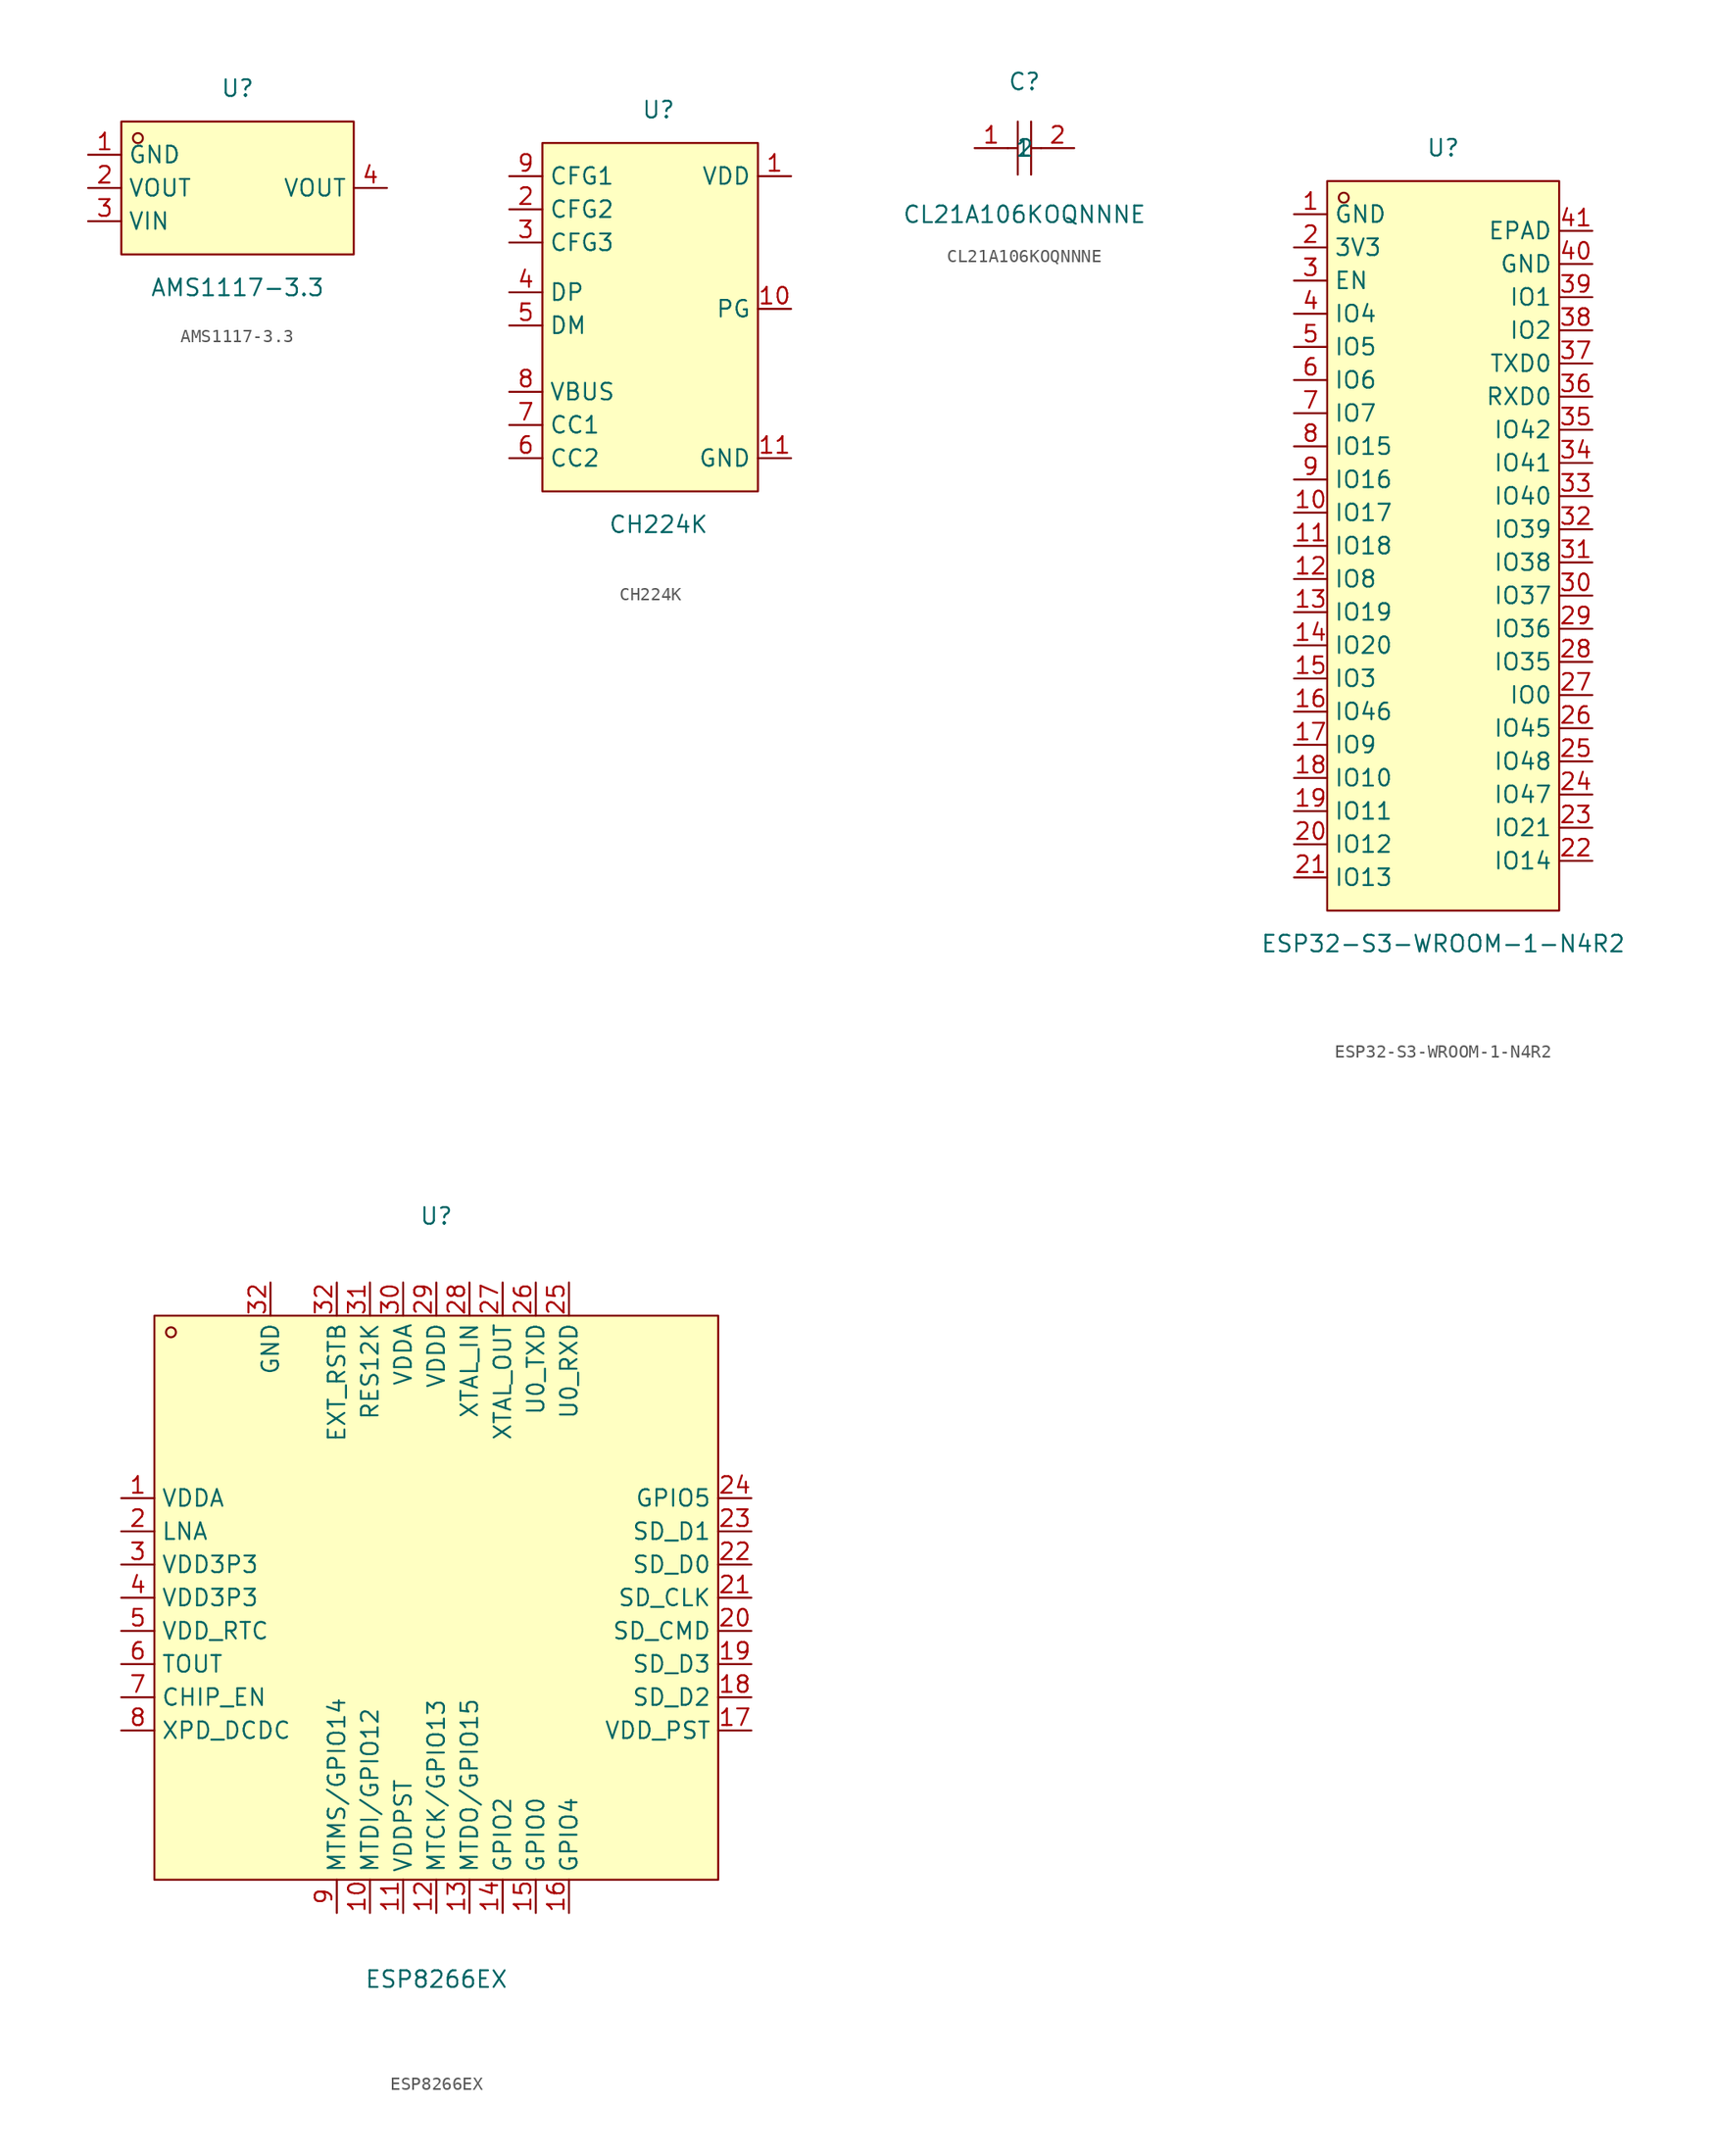
<source format=kicad_sym>
(kicad_symbol_lib
  (version 20211014)
  (generator https://github.com/uPesy/easyeda2kicad.py)
  (symbol "AMS1117-3.3"
    (property "Reference" "U"
      (at 0 7.62 0)
      (effects (font (size 1.27 1.27))))
    (property "Value" "AMS1117-3.3"
      (at 0 -7.62 0)
      (effects (font (size 1.27 1.27))))
    (symbol "AMS1117-3.3_0_1"
      (rectangle (start -8.89 5.08) (end 8.89 -5.08) (stroke (width 0) (type default) (color 0 0 0 0)) (fill (type background)))
      (circle (center -7.62 3.81) (radius 0.38) (stroke (width 0) (type default) (color 0 0 0 0)) (fill (type none)))
      (pin unspecified line (at -11.43 2.54 0) (length 2.54) (name "GND" (effects (font (size 1.27 1.27)))) (number "1" (effects (font (size 1.27 1.27)))))
      (pin unspecified line (at -11.43 -0.00 0) (length 2.54) (name "VOUT" (effects (font (size 1.27 1.27)))) (number "2" (effects (font (size 1.27 1.27)))))
      (pin unspecified line (at -11.43 -2.54 0) (length 2.54) (name "VIN" (effects (font (size 1.27 1.27)))) (number "3" (effects (font (size 1.27 1.27)))))
      (pin unspecified line (at 11.43 -0.00 180) (length 2.54) (name "VOUT" (effects (font (size 1.27 1.27)))) (number "4" (effects (font (size 1.27 1.27)))))))
  (symbol "CH224K"
    (property "Reference" "U"
      (at 0 15.24 0)
      (effects (font (size 1.27 1.27))))
    (property "Value" "CH224K"
      (at 0 -16.51 0)
      (effects (font (size 1.27 1.27))))
    (symbol "CH224K_0_1"
      (rectangle (start -8.89 12.70) (end 7.62 -13.97) (stroke (width 0) (type default) (color 0 0 0 0)) (fill (type background)))
      (pin unspecified line (at 10.16 10.16 180) (length 2.54) (name "VDD" (effects (font (size 1.27 1.27)))) (number "1" (effects (font (size 1.27 1.27)))))
      (pin unspecified line (at -11.43 7.62 0) (length 2.54) (name "CFG2" (effects (font (size 1.27 1.27)))) (number "2" (effects (font (size 1.27 1.27)))))
      (pin unspecified line (at -11.43 5.08 0) (length 2.54) (name "CFG3" (effects (font (size 1.27 1.27)))) (number "3" (effects (font (size 1.27 1.27)))))
      (pin unspecified line (at -11.43 1.27 0) (length 2.54) (name "DP" (effects (font (size 1.27 1.27)))) (number "4" (effects (font (size 1.27 1.27)))))
      (pin unspecified line (at -11.43 -1.27 0) (length 2.54) (name "DM" (effects (font (size 1.27 1.27)))) (number "5" (effects (font (size 1.27 1.27)))))
      (pin unspecified line (at -11.43 -11.43 0) (length 2.54) (name "CC2" (effects (font (size 1.27 1.27)))) (number "6" (effects (font (size 1.27 1.27)))))
      (pin unspecified line (at -11.43 -8.89 0) (length 2.54) (name "CC1" (effects (font (size 1.27 1.27)))) (number "7" (effects (font (size 1.27 1.27)))))
      (pin unspecified line (at -11.43 -6.35 0) (length 2.54) (name "VBUS" (effects (font (size 1.27 1.27)))) (number "8" (effects (font (size 1.27 1.27)))))
      (pin unspecified line (at -11.43 10.16 0) (length 2.54) (name "CFG1" (effects (font (size 1.27 1.27)))) (number "9" (effects (font (size 1.27 1.27)))))
      (pin unspecified line (at 10.16 -0.00 180) (length 2.54) (name "PG" (effects (font (size 1.27 1.27)))) (number "10" (effects (font (size 1.27 1.27)))))
      (pin unspecified line (at 10.16 -11.43 180) (length 2.54) (name "GND" (effects (font (size 1.27 1.27)))) (number "11" (effects (font (size 1.27 1.27)))))))
  (symbol "CL21A106KOQNNNE"
    (property "Reference" "C"
      (at 0 5.08 0)
      (effects (font (size 1.27 1.27))))
    (property "Value" "CL21A106KOQNNNE"
      (at 0 -5.08 0)
      (effects (font (size 1.27 1.27))))
    (symbol "CL21A106KOQNNNE_0_1"
      (polyline (pts (xy -0.51 2.03) (xy -0.51 -2.03)) (stroke (width 0) (type default) (color 0 0 0 0)) (fill (type none)))
      (polyline (pts (xy 0.51 2.03) (xy 0.51 -2.03)) (stroke (width 0) (type default) (color 0 0 0 0)) (fill (type none)))
      (polyline (pts (xy -1.27 -0.00) (xy -0.51 -0.00)) (stroke (width 0) (type default) (color 0 0 0 0)) (fill (type none)))
      (polyline (pts (xy 0.51 -0.00) (xy 1.27 -0.00)) (stroke (width 0) (type default) (color 0 0 0 0)) (fill (type none)))
      (pin input line (at -3.81 -0.00 0) (length 2.54) (name "1" (effects (font (size 1.27 1.27)))) (number "1" (effects (font (size 1.27 1.27)))))
      (pin input line (at 3.81 -0.00 180) (length 2.54) (name "2" (effects (font (size 1.27 1.27)))) (number "2" (effects (font (size 1.27 1.27)))))))
  (symbol "ESP32-S3-WROOM-1-N4R2"
    (property "Reference" "U"
      (at 0 30.48 0)
      (effects (font (size 1.27 1.27))))
    (property "Value" "ESP32-S3-WROOM-1-N4R2"
      (at 0 -30.48 0)
      (effects (font (size 1.27 1.27))))
    (symbol "ESP32-S3-WROOM-1-N4R2_0_1"
      (rectangle (start -8.89 27.94) (end 8.89 -27.94) (stroke (width 0) (type default) (color 0 0 0 0)) (fill (type background)))
      (circle (center -7.62 26.67) (radius 0.38) (stroke (width 0) (type default) (color 0 0 0 0)) (fill (type none)))
      (pin unspecified line (at -11.43 25.40 0) (length 2.54) (name "GND" (effects (font (size 1.27 1.27)))) (number "1" (effects (font (size 1.27 1.27)))))
      (pin unspecified line (at -11.43 22.86 0) (length 2.54) (name "3V3" (effects (font (size 1.27 1.27)))) (number "2" (effects (font (size 1.27 1.27)))))
      (pin unspecified line (at -11.43 20.32 0) (length 2.54) (name "EN" (effects (font (size 1.27 1.27)))) (number "3" (effects (font (size 1.27 1.27)))))
      (pin unspecified line (at -11.43 17.78 0) (length 2.54) (name "IO4" (effects (font (size 1.27 1.27)))) (number "4" (effects (font (size 1.27 1.27)))))
      (pin unspecified line (at -11.43 15.24 0) (length 2.54) (name "IO5" (effects (font (size 1.27 1.27)))) (number "5" (effects (font (size 1.27 1.27)))))
      (pin unspecified line (at -11.43 12.70 0) (length 2.54) (name "IO6" (effects (font (size 1.27 1.27)))) (number "6" (effects (font (size 1.27 1.27)))))
      (pin unspecified line (at -11.43 10.16 0) (length 2.54) (name "IO7" (effects (font (size 1.27 1.27)))) (number "7" (effects (font (size 1.27 1.27)))))
      (pin unspecified line (at -11.43 7.62 0) (length 2.54) (name "IO15" (effects (font (size 1.27 1.27)))) (number "8" (effects (font (size 1.27 1.27)))))
      (pin unspecified line (at -11.43 5.08 0) (length 2.54) (name "IO16" (effects (font (size 1.27 1.27)))) (number "9" (effects (font (size 1.27 1.27)))))
      (pin unspecified line (at -11.43 2.54 0) (length 2.54) (name "IO17" (effects (font (size 1.27 1.27)))) (number "10" (effects (font (size 1.27 1.27)))))
      (pin unspecified line (at -11.43 -0.00 0) (length 2.54) (name "IO18" (effects (font (size 1.27 1.27)))) (number "11" (effects (font (size 1.27 1.27)))))
      (pin unspecified line (at -11.43 -2.54 0) (length 2.54) (name "IO8" (effects (font (size 1.27 1.27)))) (number "12" (effects (font (size 1.27 1.27)))))
      (pin unspecified line (at -11.43 -5.08 0) (length 2.54) (name "IO19" (effects (font (size 1.27 1.27)))) (number "13" (effects (font (size 1.27 1.27)))))
      (pin unspecified line (at -11.43 -7.62 0) (length 2.54) (name "IO20" (effects (font (size 1.27 1.27)))) (number "14" (effects (font (size 1.27 1.27)))))
      (pin unspecified line (at -11.43 -10.16 0) (length 2.54) (name "IO3" (effects (font (size 1.27 1.27)))) (number "15" (effects (font (size 1.27 1.27)))))
      (pin unspecified line (at -11.43 -12.70 0) (length 2.54) (name "IO46" (effects (font (size 1.27 1.27)))) (number "16" (effects (font (size 1.27 1.27)))))
      (pin unspecified line (at -11.43 -15.24 0) (length 2.54) (name "IO9" (effects (font (size 1.27 1.27)))) (number "17" (effects (font (size 1.27 1.27)))))
      (pin unspecified line (at -11.43 -17.78 0) (length 2.54) (name "IO10" (effects (font (size 1.27 1.27)))) (number "18" (effects (font (size 1.27 1.27)))))
      (pin unspecified line (at -11.43 -20.32 0) (length 2.54) (name "IO11" (effects (font (size 1.27 1.27)))) (number "19" (effects (font (size 1.27 1.27)))))
      (pin unspecified line (at -11.43 -22.86 0) (length 2.54) (name "IO12" (effects (font (size 1.27 1.27)))) (number "20" (effects (font (size 1.27 1.27)))))
      (pin unspecified line (at -11.43 -25.40 0) (length 2.54) (name "IO13" (effects (font (size 1.27 1.27)))) (number "21" (effects (font (size 1.27 1.27)))))
      (pin unspecified line (at 11.43 -24.13 180) (length 2.54) (name "IO14" (effects (font (size 1.27 1.27)))) (number "22" (effects (font (size 1.27 1.27)))))
      (pin unspecified line (at 11.43 -21.59 180) (length 2.54) (name "IO21" (effects (font (size 1.27 1.27)))) (number "23" (effects (font (size 1.27 1.27)))))
      (pin unspecified line (at 11.43 -19.05 180) (length 2.54) (name "IO47" (effects (font (size 1.27 1.27)))) (number "24" (effects (font (size 1.27 1.27)))))
      (pin unspecified line (at 11.43 -16.51 180) (length 2.54) (name "IO48" (effects (font (size 1.27 1.27)))) (number "25" (effects (font (size 1.27 1.27)))))
      (pin unspecified line (at 11.43 -13.97 180) (length 2.54) (name "IO45" (effects (font (size 1.27 1.27)))) (number "26" (effects (font (size 1.27 1.27)))))
      (pin unspecified line (at 11.43 -11.43 180) (length 2.54) (name "IO0" (effects (font (size 1.27 1.27)))) (number "27" (effects (font (size 1.27 1.27)))))
      (pin unspecified line (at 11.43 -8.89 180) (length 2.54) (name "IO35" (effects (font (size 1.27 1.27)))) (number "28" (effects (font (size 1.27 1.27)))))
      (pin unspecified line (at 11.43 -6.35 180) (length 2.54) (name "IO36" (effects (font (size 1.27 1.27)))) (number "29" (effects (font (size 1.27 1.27)))))
      (pin unspecified line (at 11.43 -3.81 180) (length 2.54) (name "IO37" (effects (font (size 1.27 1.27)))) (number "30" (effects (font (size 1.27 1.27)))))
      (pin unspecified line (at 11.43 -1.27 180) (length 2.54) (name "IO38" (effects (font (size 1.27 1.27)))) (number "31" (effects (font (size 1.27 1.27)))))
      (pin unspecified line (at 11.43 1.27 180) (length 2.54) (name "IO39" (effects (font (size 1.27 1.27)))) (number "32" (effects (font (size 1.27 1.27)))))
      (pin unspecified line (at 11.43 3.81 180) (length 2.54) (name "IO40" (effects (font (size 1.27 1.27)))) (number "33" (effects (font (size 1.27 1.27)))))
      (pin unspecified line (at 11.43 6.35 180) (length 2.54) (name "IO41" (effects (font (size 1.27 1.27)))) (number "34" (effects (font (size 1.27 1.27)))))
      (pin unspecified line (at 11.43 8.89 180) (length 2.54) (name "IO42" (effects (font (size 1.27 1.27)))) (number "35" (effects (font (size 1.27 1.27)))))
      (pin unspecified line (at 11.43 11.43 180) (length 2.54) (name "RXD0" (effects (font (size 1.27 1.27)))) (number "36" (effects (font (size 1.27 1.27)))))
      (pin unspecified line (at 11.43 13.97 180) (length 2.54) (name "TXD0" (effects (font (size 1.27 1.27)))) (number "37" (effects (font (size 1.27 1.27)))))
      (pin unspecified line (at 11.43 16.51 180) (length 2.54) (name "IO2" (effects (font (size 1.27 1.27)))) (number "38" (effects (font (size 1.27 1.27)))))
      (pin unspecified line (at 11.43 19.05 180) (length 2.54) (name "IO1" (effects (font (size 1.27 1.27)))) (number "39" (effects (font (size 1.27 1.27)))))
      (pin unspecified line (at 11.43 21.59 180) (length 2.54) (name "GND" (effects (font (size 1.27 1.27)))) (number "40" (effects (font (size 1.27 1.27)))))
      (pin unspecified line (at 11.43 24.13 180) (length 2.54) (name "EPAD" (effects (font (size 1.27 1.27)))) (number "41" (effects (font (size 1.27 1.27)))))))
  (symbol "ESP8266EX"
    (property "Reference" "U"
      (at 0 29.21 0)
      (effects (font (size 1.27 1.27))))
    (property "Value" "ESP8266EX"
      (at 0 -29.21 0)
      (effects (font (size 1.27 1.27))))
    (symbol "ESP8266EX_0_1"
      (rectangle (start -21.59 21.59) (end 21.59 -21.59) (stroke (width 0) (type default) (color 0 0 0 0)) (fill (type background)))
      (circle (center -20.32 20.32) (radius 0.38) (stroke (width 0) (type default) (color 0 0 0 0)) (fill (type none)))
      (pin unspecified line (at -24.13 7.62 0) (length 2.54) (name "VDDA" (effects (font (size 1.27 1.27)))) (number "1" (effects (font (size 1.27 1.27)))))
      (pin unspecified line (at -24.13 5.08 0) (length 2.54) (name "LNA" (effects (font (size 1.27 1.27)))) (number "2" (effects (font (size 1.27 1.27)))))
      (pin unspecified line (at -24.13 2.54 0) (length 2.54) (name "VDD3P3" (effects (font (size 1.27 1.27)))) (number "3" (effects (font (size 1.27 1.27)))))
      (pin unspecified line (at -24.13 -0.00 0) (length 2.54) (name "VDD3P3" (effects (font (size 1.27 1.27)))) (number "4" (effects (font (size 1.27 1.27)))))
      (pin unspecified line (at -24.13 -2.54 0) (length 2.54) (name "VDD_RTC" (effects (font (size 1.27 1.27)))) (number "5" (effects (font (size 1.27 1.27)))))
      (pin unspecified line (at -24.13 -5.08 0) (length 2.54) (name "TOUT" (effects (font (size 1.27 1.27)))) (number "6" (effects (font (size 1.27 1.27)))))
      (pin unspecified line (at -24.13 -7.62 0) (length 2.54) (name "CHIP_EN" (effects (font (size 1.27 1.27)))) (number "7" (effects (font (size 1.27 1.27)))))
      (pin unspecified line (at -24.13 -10.16 0) (length 2.54) (name "XPD_DCDC" (effects (font (size 1.27 1.27)))) (number "8" (effects (font (size 1.27 1.27)))))
      (pin unspecified line (at -7.62 -24.13 90) (length 2.54) (name "MTMS/GPIO14" (effects (font (size 1.27 1.27)))) (number "9" (effects (font (size 1.27 1.27)))))
      (pin unspecified line (at -5.08 -24.13 90) (length 2.54) (name "MTDI/GPIO12" (effects (font (size 1.27 1.27)))) (number "10" (effects (font (size 1.27 1.27)))))
      (pin unspecified line (at -2.54 -24.13 90) (length 2.54) (name "VDDPST" (effects (font (size 1.27 1.27)))) (number "11" (effects (font (size 1.27 1.27)))))
      (pin unspecified line (at 0.00 -24.13 90) (length 2.54) (name "MTCK/GPIO13" (effects (font (size 1.27 1.27)))) (number "12" (effects (font (size 1.27 1.27)))))
      (pin unspecified line (at 2.54 -24.13 90) (length 2.54) (name "MTDO/GPIO15" (effects (font (size 1.27 1.27)))) (number "13" (effects (font (size 1.27 1.27)))))
      (pin unspecified line (at 5.08 -24.13 90) (length 2.54) (name "GPIO2" (effects (font (size 1.27 1.27)))) (number "14" (effects (font (size 1.27 1.27)))))
      (pin unspecified line (at 7.62 -24.13 90) (length 2.54) (name "GPIO0" (effects (font (size 1.27 1.27)))) (number "15" (effects (font (size 1.27 1.27)))))
      (pin unspecified line (at 10.16 -24.13 90) (length 2.54) (name "GPIO4" (effects (font (size 1.27 1.27)))) (number "16" (effects (font (size 1.27 1.27)))))
      (pin unspecified line (at 24.13 -10.16 180) (length 2.54) (name "VDD_PST" (effects (font (size 1.27 1.27)))) (number "17" (effects (font (size 1.27 1.27)))))
      (pin unspecified line (at 24.13 -7.62 180) (length 2.54) (name "SD_D2" (effects (font (size 1.27 1.27)))) (number "18" (effects (font (size 1.27 1.27)))))
      (pin unspecified line (at 24.13 -5.08 180) (length 2.54) (name "SD_D3" (effects (font (size 1.27 1.27)))) (number "19" (effects (font (size 1.27 1.27)))))
      (pin unspecified line (at 24.13 -2.54 180) (length 2.54) (name "SD_CMD" (effects (font (size 1.27 1.27)))) (number "20" (effects (font (size 1.27 1.27)))))
      (pin unspecified line (at 24.13 -0.00 180) (length 2.54) (name "SD_CLK" (effects (font (size 1.27 1.27)))) (number "21" (effects (font (size 1.27 1.27)))))
      (pin unspecified line (at 24.13 2.54 180) (length 2.54) (name "SD_D0" (effects (font (size 1.27 1.27)))) (number "22" (effects (font (size 1.27 1.27)))))
      (pin unspecified line (at 24.13 5.08 180) (length 2.54) (name "SD_D1" (effects (font (size 1.27 1.27)))) (number "23" (effects (font (size 1.27 1.27)))))
      (pin unspecified line (at 24.13 7.62 180) (length 2.54) (name "GPIO5" (effects (font (size 1.27 1.27)))) (number "24" (effects (font (size 1.27 1.27)))))
      (pin unspecified line (at 10.16 24.13 270) (length 2.54) (name "U0_RXD" (effects (font (size 1.27 1.27)))) (number "25" (effects (font (size 1.27 1.27)))))
      (pin unspecified line (at 7.62 24.13 270) (length 2.54) (name "U0_TXD" (effects (font (size 1.27 1.27)))) (number "26" (effects (font (size 1.27 1.27)))))
      (pin unspecified line (at 5.08 24.13 270) (length 2.54) (name "XTAL_OUT" (effects (font (size 1.27 1.27)))) (number "27" (effects (font (size 1.27 1.27)))))
      (pin unspecified line (at 2.54 24.13 270) (length 2.54) (name "XTAL_IN" (effects (font (size 1.27 1.27)))) (number "28" (effects (font (size 1.27 1.27)))))
      (pin unspecified line (at 0.00 24.13 270) (length 2.54) (name "VDDD" (effects (font (size 1.27 1.27)))) (number "29" (effects (font (size 1.27 1.27)))))
      (pin unspecified line (at -2.54 24.13 270) (length 2.54) (name "VDDA" (effects (font (size 1.27 1.27)))) (number "30" (effects (font (size 1.27 1.27)))))
      (pin unspecified line (at -5.08 24.13 270) (length 2.54) (name "RES12K" (effects (font (size 1.27 1.27)))) (number "31" (effects (font (size 1.27 1.27)))))
      (pin unspecified line (at -7.62 24.13 270) (length 2.54) (name "EXT_RSTB" (effects (font (size 1.27 1.27)))) (number "32" (effects (font (size 1.27 1.27)))))
      (pin unspecified line (at -12.70 24.13 270) (length 2.54) (name "GND" (effects (font (size 1.27 1.27)))) (number "32" (effects (font (size 1.27 1.27))))))))
</source>
